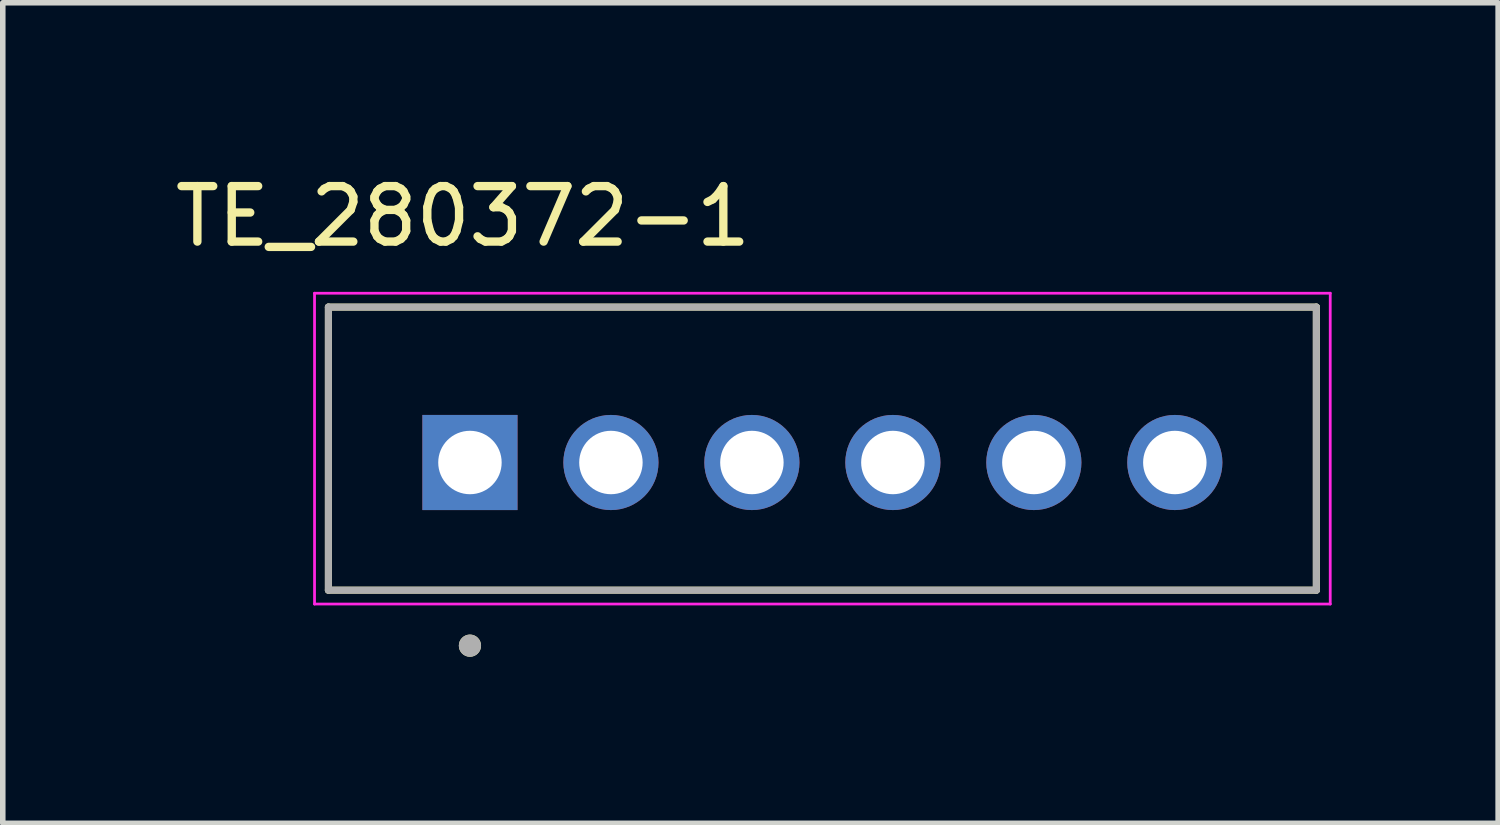
<source format=kicad_pcb>
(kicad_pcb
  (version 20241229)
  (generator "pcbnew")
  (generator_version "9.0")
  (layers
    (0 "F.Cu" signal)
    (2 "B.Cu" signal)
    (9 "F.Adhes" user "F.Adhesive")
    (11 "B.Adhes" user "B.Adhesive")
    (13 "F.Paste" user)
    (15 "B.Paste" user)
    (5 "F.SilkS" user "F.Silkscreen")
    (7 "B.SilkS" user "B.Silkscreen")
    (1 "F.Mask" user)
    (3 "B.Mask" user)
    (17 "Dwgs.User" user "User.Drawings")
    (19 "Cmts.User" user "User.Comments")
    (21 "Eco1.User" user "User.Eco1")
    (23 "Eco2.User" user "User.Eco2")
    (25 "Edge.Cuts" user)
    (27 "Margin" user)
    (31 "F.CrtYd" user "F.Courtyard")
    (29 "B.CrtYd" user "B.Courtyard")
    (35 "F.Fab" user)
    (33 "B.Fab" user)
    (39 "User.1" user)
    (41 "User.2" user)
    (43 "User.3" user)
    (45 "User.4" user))
  (footprint "TE_280372-1"
    (layer "F.Cu")
    (at 11.767 5.283)
    (property "Reference" "TE_280372-1" (at -6.475 -4.435 0) (layer "F.SilkS") (effects (font (size 1 1) (thickness 0.15))))
    (attr through_hole)
    (fp_line (start -8.9 -2.8) (end 8.9 -2.8) (stroke (width 0.127) (type solid)) (layer "F.SilkS"))
    (fp_line (start -8.9 2.3) (end -8.9 -2.8) (stroke (width 0.127) (type solid)) (layer "F.SilkS"))
    (fp_line (start 8.9 -2.8) (end 8.9 2.3) (stroke (width 0.127) (type solid)) (layer "F.SilkS"))
    (fp_line (start 8.9 2.3) (end -8.9 2.3) (stroke (width 0.127) (type solid)) (layer "F.SilkS"))
    (fp_circle (center -6.35 3.3) (end -6.25 3.3) (stroke (width 0.2) (type solid)) (fill no) (layer "F.SilkS"))
    (fp_line (start -9.15 -3.05) (end 9.15 -3.05) (stroke (width 0.05) (type solid)) (layer "F.CrtYd"))
    (fp_line (start -9.15 2.55) (end -9.15 -3.05) (stroke (width 0.05) (type solid)) (layer "F.CrtYd"))
    (fp_line (start 9.15 -3.05) (end 9.15 2.55) (stroke (width 0.05) (type solid)) (layer "F.CrtYd"))
    (fp_line (start 9.15 2.55) (end -9.15 2.55) (stroke (width 0.05) (type solid)) (layer "F.CrtYd"))
    (fp_line (start -8.9 -2.8) (end 8.9 -2.8) (stroke (width 0.127) (type solid)) (layer "F.Fab"))
    (fp_line (start -8.9 2.3) (end -8.9 -2.8) (stroke (width 0.127) (type solid)) (layer "F.Fab"))
    (fp_line (start 8.9 -2.8) (end 8.9 2.3) (stroke (width 0.127) (type solid)) (layer "F.Fab"))
    (fp_line (start 8.9 2.3) (end -8.9 2.3) (stroke (width 0.127) (type solid)) (layer "F.Fab"))
    (fp_circle (center -6.35 3.3) (end -6.25 3.3) (stroke (width 0.2) (type solid)) (fill no) (layer "F.Fab"))
    (pad "1" thru_hole rect (at -6.35 0) (size 1.714 1.714) (drill 1.143) (layers "*.Cu" "*.Mask"))
    (pad "2" thru_hole circle (at -3.81 0) (size 1.714 1.714) (drill 1.143) (layers "*.Cu" "*.Mask"))
    (pad "3" thru_hole circle (at -1.27 0) (size 1.714 1.714) (drill 1.143) (layers "*.Cu" "*.Mask"))
    (pad "4" thru_hole circle (at 1.27 0) (size 1.714 1.714) (drill 1.143) (layers "*.Cu" "*.Mask"))
    (pad "5" thru_hole circle (at 3.81 0) (size 1.714 1.714) (drill 1.143) (layers "*.Cu" "*.Mask"))
    (pad "6" thru_hole circle (at 6.35 0) (size 1.714 1.714) (drill 1.143) (layers "*.Cu" "*.Mask")))
  (gr_rect
    (start -3 -3)
    (end 23.942 11.783)
    (stroke (width 0.1) (type default))
    (fill no)
    (layer "Edge.Cuts")))
</source>
